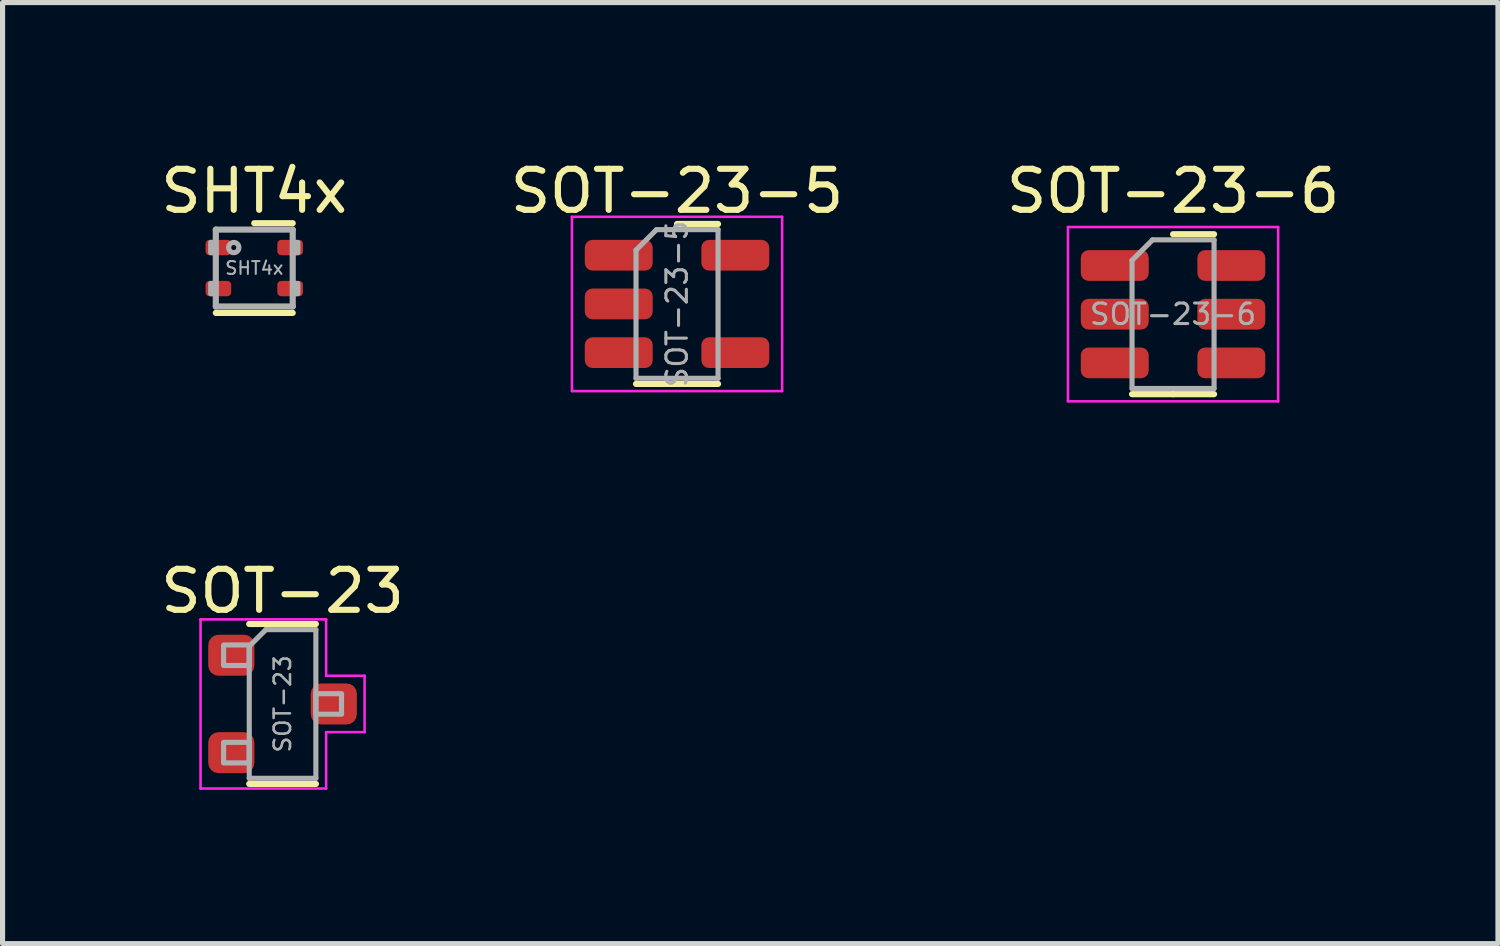
<source format=kicad_pcb>
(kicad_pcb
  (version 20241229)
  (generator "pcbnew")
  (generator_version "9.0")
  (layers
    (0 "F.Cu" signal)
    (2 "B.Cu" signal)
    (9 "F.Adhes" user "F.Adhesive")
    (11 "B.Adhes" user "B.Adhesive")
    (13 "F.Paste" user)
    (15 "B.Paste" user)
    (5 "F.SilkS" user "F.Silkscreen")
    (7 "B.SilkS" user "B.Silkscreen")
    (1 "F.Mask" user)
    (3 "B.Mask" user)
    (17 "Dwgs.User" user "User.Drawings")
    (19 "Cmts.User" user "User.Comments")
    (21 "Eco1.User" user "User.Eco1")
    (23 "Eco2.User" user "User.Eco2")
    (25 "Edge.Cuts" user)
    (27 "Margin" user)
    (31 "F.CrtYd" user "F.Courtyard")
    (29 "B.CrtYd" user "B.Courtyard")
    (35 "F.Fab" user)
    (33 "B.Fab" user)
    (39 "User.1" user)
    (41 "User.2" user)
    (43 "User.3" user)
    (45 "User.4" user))
  (footprint "SOT-23-6"
    (layer "F.Cu")
    (at 19.833 3.079)
    (property "Reference" "SOT-23-6" (at 0 -2.4 0) (layer "F.SilkS") (effects (font (size 0.8 0.8) (thickness 0.12))))
    (attr smd)
    (fp_line (start 0 -1.56) (end 0.8 -1.56) (stroke (width 0.12) (type solid)) (layer "F.SilkS"))
    (fp_line (start 0 1.56) (end -0.8 1.56) (stroke (width 0.12) (type solid)) (layer "F.SilkS"))
    (fp_line (start 0 1.56) (end 0.8 1.56) (stroke (width 0.12) (type solid)) (layer "F.SilkS"))
    (fp_line (start -2.05 -1.7) (end -2.05 1.7) (stroke (width 0.05) (type solid)) (layer "F.CrtYd"))
    (fp_line (start -2.05 1.7) (end 2.05 1.7) (stroke (width 0.05) (type solid)) (layer "F.CrtYd"))
    (fp_line (start 2.05 -1.7) (end -2.05 -1.7) (stroke (width 0.05) (type solid)) (layer "F.CrtYd"))
    (fp_line (start 2.05 1.7) (end 2.05 -1.7) (stroke (width 0.05) (type solid)) (layer "F.CrtYd"))
    (fp_line (start -0.8 -1.05) (end -0.4 -1.45) (stroke (width 0.1) (type solid)) (layer "F.Fab"))
    (fp_line (start -0.8 1.45) (end -0.8 -1.05) (stroke (width 0.1) (type solid)) (layer "F.Fab"))
    (fp_line (start -0.4 -1.45) (end 0.8 -1.45) (stroke (width 0.1) (type solid)) (layer "F.Fab"))
    (fp_line (start 0.8 -1.45) (end 0.8 1.45) (stroke (width 0.1) (type solid)) (layer "F.Fab"))
    (fp_line (start 0.8 1.45) (end -0.8 1.45) (stroke (width 0.1) (type solid)) (layer "F.Fab"))
    (fp_text user "${REFERENCE}" (at 0 0 0) (layer "F.Fab") (effects (font (size 0.4 0.4) (thickness 0.06))))
    (pad "1" smd roundrect (at -1.137 -0.95) (size 1.325 0.6) (layers "F.Cu" "F.Mask" "F.Paste") (roundrect_rratio 0.25))
    (pad "2" smd roundrect (at -1.137 0) (size 1.325 0.6) (layers "F.Cu" "F.Mask" "F.Paste") (roundrect_rratio 0.25))
    (pad "3" smd roundrect (at -1.137 0.95) (size 1.325 0.6) (layers "F.Cu" "F.Mask" "F.Paste") (roundrect_rratio 0.25))
    (pad "4" smd roundrect (at 1.137 0.95) (size 1.325 0.6) (layers "F.Cu" "F.Mask" "F.Paste") (roundrect_rratio 0.25))
    (pad "5" smd roundrect (at 1.137 0) (size 1.325 0.6) (layers "F.Cu" "F.Mask" "F.Paste") (roundrect_rratio 0.25))
    (pad "6" smd roundrect (at 1.137 -0.95) (size 1.325 0.6) (layers "F.Cu" "F.Mask" "F.Paste") (roundrect_rratio 0.25)))
  (footprint "SOT-23"
    (layer "F.Cu")
    (at 2.462 10.682)
    (property "Reference" "SOT-23" (at 0 -2.2 0) (layer "F.SilkS") (effects (font (size 0.8 0.8) (thickness 0.12))))
    (attr smd)
    (fp_line (start 0 -1.56) (end -0.65 -1.56) (stroke (width 0.12) (type solid)) (layer "F.SilkS"))
    (fp_line (start 0 -1.56) (end 0.65 -1.56) (stroke (width 0.12) (type solid)) (layer "F.SilkS"))
    (fp_line (start 0 1.56) (end -0.65 1.56) (stroke (width 0.12) (type solid)) (layer "F.SilkS"))
    (fp_line (start 0 1.56) (end 0.65 1.56) (stroke (width 0.12) (type solid)) (layer "F.SilkS"))
    (fp_line (start -1.6 -1.65) (end 0.85 -1.65) (stroke (width 0.05) (type solid)) (layer "F.CrtYd"))
    (fp_line (start -1.6 1.65) (end -1.6 -1.65) (stroke (width 0.05) (type solid)) (layer "F.CrtYd"))
    (fp_line (start 0.85 -1.65) (end 0.85 -0.55) (stroke (width 0.05) (type solid)) (layer "F.CrtYd"))
    (fp_line (start 0.85 -0.55) (end 1.6 -0.55) (stroke (width 0.05) (type solid)) (layer "F.CrtYd"))
    (fp_line (start 0.85 0.55) (end 0.85 1.65) (stroke (width 0.05) (type solid)) (layer "F.CrtYd"))
    (fp_line (start 0.85 1.65) (end -1.6 1.65) (stroke (width 0.05) (type solid)) (layer "F.CrtYd"))
    (fp_line (start 1.6 -0.55) (end 1.6 0.55) (stroke (width 0.05) (type solid)) (layer "F.CrtYd"))
    (fp_line (start 1.6 0.55) (end 0.85 0.55) (stroke (width 0.05) (type solid)) (layer "F.CrtYd"))
    (fp_line (start -0.65 -1.125) (end -0.325 -1.45) (stroke (width 0.1) (type solid)) (layer "F.Fab"))
    (fp_line (start -0.65 1.45) (end -0.65 -1.125) (stroke (width 0.1) (type solid)) (layer "F.Fab"))
    (fp_line (start -0.325 -1.45) (end 0.65 -1.45) (stroke (width 0.1) (type solid)) (layer "F.Fab"))
    (fp_line (start 0.65 -1.45) (end 0.65 1.45) (stroke (width 0.1) (type solid)) (layer "F.Fab"))
    (fp_line (start 0.65 1.45) (end -0.65 1.45) (stroke (width 0.1) (type solid)) (layer "F.Fab"))
    (fp_rect (start -1.15 -1.15) (end -0.65 -0.75) (stroke (width 0.1) (type solid)) (fill no) (layer "F.Fab"))
    (fp_rect (start -1.15 0.75) (end -0.65 1.15) (stroke (width 0.1) (type solid)) (fill no) (layer "F.Fab"))
    (fp_rect (start 0.65 -0.2) (end 1.15 0.2) (stroke (width 0.1) (type solid)) (fill no) (layer "F.Fab"))
    (fp_text user "${REFERENCE}" (at 0 0 90) (layer "F.Fab") (effects (font (size 0.32 0.32) (thickness 0.05))))
    (pad "1" smd roundrect (at -1 -0.95) (size 0.9 0.8) (layers "F.Cu" "F.Mask" "F.Paste") (roundrect_rratio 0.25))
    (pad "2" smd roundrect (at -1 0.95) (size 0.9 0.8) (layers "F.Cu" "F.Mask" "F.Paste") (roundrect_rratio 0.25))
    (pad "3" smd roundrect (at 1 0) (size 0.9 0.8) (layers "F.Cu" "F.Mask" "F.Paste") (roundrect_rratio 0.25)))
  (footprint "SOT-23-5"
    (layer "F.Cu")
    (at 10.157 2.879)
    (property "Reference" "SOT-23-5" (at 0 -2.2 0) (layer "F.SilkS") (effects (font (size 0.8 0.8) (thickness 0.12))))
    (attr smd)
    (fp_line (start 0 -1.56) (end 0.8 -1.56) (stroke (width 0.12) (type solid)) (layer "F.SilkS"))
    (fp_line (start 0 1.56) (end -0.8 1.56) (stroke (width 0.12) (type solid)) (layer "F.SilkS"))
    (fp_line (start 0 1.56) (end 0.8 1.56) (stroke (width 0.12) (type solid)) (layer "F.SilkS"))
    (fp_line (start -2.05 -1.7) (end -2.05 1.7) (stroke (width 0.05) (type solid)) (layer "F.CrtYd"))
    (fp_line (start -2.05 1.7) (end 2.05 1.7) (stroke (width 0.05) (type solid)) (layer "F.CrtYd"))
    (fp_line (start 2.05 -1.7) (end -2.05 -1.7) (stroke (width 0.05) (type solid)) (layer "F.CrtYd"))
    (fp_line (start 2.05 1.7) (end 2.05 -1.7) (stroke (width 0.05) (type solid)) (layer "F.CrtYd"))
    (fp_line (start -0.8 -1.05) (end -0.4 -1.45) (stroke (width 0.1) (type solid)) (layer "F.Fab"))
    (fp_line (start -0.8 1.45) (end -0.8 -1.05) (stroke (width 0.1) (type solid)) (layer "F.Fab"))
    (fp_line (start -0.4 -1.45) (end 0.8 -1.45) (stroke (width 0.1) (type solid)) (layer "F.Fab"))
    (fp_line (start 0.8 -1.45) (end 0.8 1.45) (stroke (width 0.1) (type solid)) (layer "F.Fab"))
    (fp_line (start 0.8 1.45) (end -0.8 1.45) (stroke (width 0.1) (type solid)) (layer "F.Fab"))
    (fp_text user "${REFERENCE}" (at 0 0 90) (layer "F.Fab") (effects (font (size 0.4 0.4) (thickness 0.06))))
    (pad "1" smd roundrect (at -1.137 -0.95) (size 1.325 0.6) (layers "F.Cu" "F.Mask" "F.Paste") (roundrect_rratio 0.25))
    (pad "2" smd roundrect (at -1.137 0) (size 1.325 0.6) (layers "F.Cu" "F.Mask" "F.Paste") (roundrect_rratio 0.25))
    (pad "3" smd roundrect (at -1.137 0.95) (size 1.325 0.6) (layers "F.Cu" "F.Mask" "F.Paste") (roundrect_rratio 0.25))
    (pad "4" smd roundrect (at 1.137 0.95) (size 1.325 0.6) (layers "F.Cu" "F.Mask" "F.Paste") (roundrect_rratio 0.25))
    (pad "5" smd roundrect (at 1.137 -0.95) (size 1.325 0.6) (layers "F.Cu" "F.Mask" "F.Paste") (roundrect_rratio 0.25)))
  (footprint "SHT4x"
    (layer "F.Cu")
    (at 1.91 2.179)
    (property "Reference" "SHT4x" (at 0 -1.5 0) (unlocked yes) (layer "F.SilkS") (effects (font (size 0.8 0.8) (thickness 0.12))))
    (attr smd)
    (fp_line (start -0.75 0.875) (end 0.75 0.875) (stroke (width 0.12) (type solid)) (layer "F.SilkS"))
    (fp_line (start 0 -0.875) (end 0.75 -0.875) (stroke (width 0.12) (type solid)) (layer "F.SilkS"))
    (fp_line (start -0.75 -0.75) (end -0.75 0.75) (stroke (width 0.12) (type solid)) (layer "F.Fab"))
    (fp_line (start 0.75 -0.75) (end -0.75 -0.75) (stroke (width 0.12) (type solid)) (layer "F.Fab"))
    (fp_line (start 0.75 -0.75) (end 0.75 0.75) (stroke (width 0.12) (type solid)) (layer "F.Fab"))
    (fp_line (start 0.75 0.75) (end -0.75 0.75) (stroke (width 0.12) (type solid)) (layer "F.Fab"))
    (fp_rect (start -0.85 -0.5) (end -0.75 -0.3) (stroke (width 0.1) (type solid)) (fill no) (layer "F.Fab"))
    (fp_rect (start -0.85 0.3) (end -0.75 0.5) (stroke (width 0.1) (type solid)) (fill no) (layer "F.Fab"))
    (fp_rect (start 0.75 -0.5) (end 0.85 -0.3) (stroke (width 0.1) (type solid)) (fill no) (layer "F.Fab"))
    (fp_rect (start 0.75 0.3) (end 0.85 0.5) (stroke (width 0.1) (type solid)) (fill no) (layer "F.Fab"))
    (fp_circle (center -0.4 -0.4) (end -0.3 -0.4) (stroke (width 0.1) (type solid)) (fill no) (layer "F.Fab"))
    (fp_text user "${REFERENCE}" (at 0 0 0) (layer "F.Fab") (effects (font (size 0.25 0.25) (thickness 0.04))))
    (pad "1" smd roundrect (at -0.7 -0.4) (size 0.5 0.3) (layers "F.Cu" "F.Mask" "F.Paste") (roundrect_rratio 0.25))
    (pad "2" smd roundrect (at -0.7 0.4) (size 0.5 0.3) (layers "F.Cu" "F.Mask" "F.Paste") (roundrect_rratio 0.25))
    (pad "3" smd roundrect (at 0.7 0.4) (size 0.5 0.3) (layers "F.Cu" "F.Mask" "F.Paste") (roundrect_rratio 0.25))
    (pad "4" smd roundrect (at 0.7 -0.4) (size 0.5 0.3) (layers "F.Cu" "F.Mask" "F.Paste") (roundrect_rratio 0.25)))
  (gr_rect
    (start -3 -3)
    (end 26.171 15.357)
    (stroke (width 0.1) (type default))
    (fill no)
    (layer "Edge.Cuts")))
</source>
